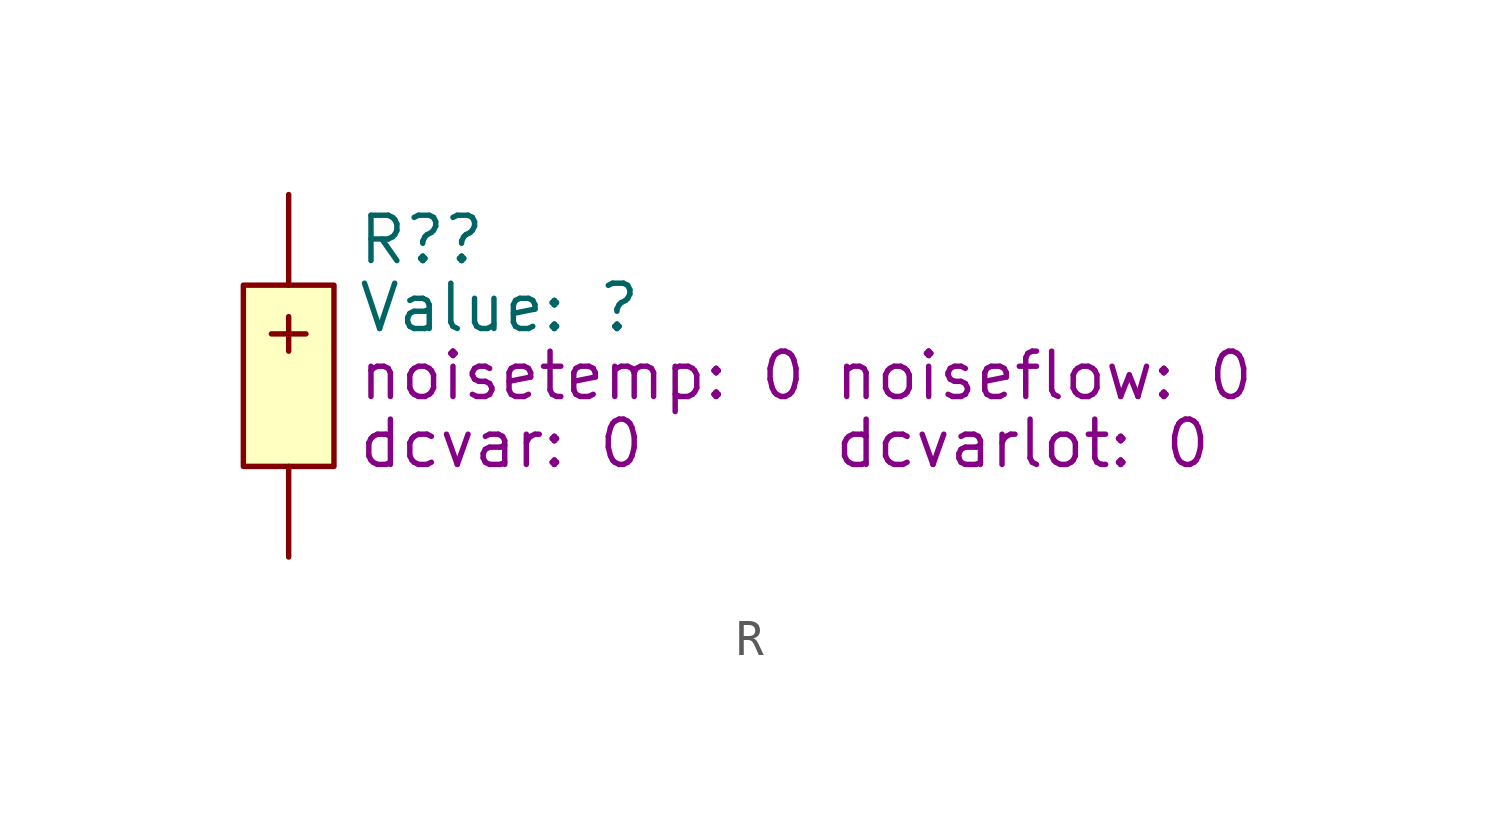
<source format=kicad_sym>
(kicad_symbol_lib
  (version 20241209)
  (generator "kicad_symbol_editor")
  (generator_version "9.0")
  (symbol "R"
    (pin_numbers
      (hide yes))
    (pin_names
      (offset 1.016)
      (hide yes))
    (property "Reference" "R?"
      (at 1.905 3.81 0)
      (effects (font (size 1.27 1.27)) (justify left)))
    (property "Value" "?"
      (at 1.905 1.905 0)
      (show_name)
      (effects (font (size 1.27 1.27)) (justify left)))
    (property "noisetemp" "0"
      (at 1.905 0 0)
      (show_name)
      (effects (font (size 1.27 1.27)) (justify left)))
    (property "noiseflow" "0"
      (at 15.24 0 0)
      (show_name)
      (effects (font (size 1.27 1.27)) (justify left)))
    (property "dcvar" "0"
      (at 1.905 -1.905 0)
      (show_name)
      (effects (font (size 1.27 1.27)) (justify left)))
    (property "dcvarlot" "0"
      (at 15.24 -1.905 0)
      (show_name)
      (effects (font (size 1.27 1.27)) (justify left)))
    (symbol "R_0_0"
      (text "+" (at 0 1.27 0) (effects (font (size 1.27 1.27)))))
    (symbol "R_1_0"
      (pin passive line (at 0 5.08 270) (length 2.54) (name "1" (effects (font (size 1.27 1.27)))) (number "1" (effects (font (size 1.27 1.27)))))
      (pin passive line (at 0 -5.08 90) (length 2.54) (name "2" (effects (font (size 1.27 1.27)))) (number "2" (effects (font (size 1.27 1.27))))))
    (symbol "R_1_1"
      (rectangle (start -1.27 2.54) (end 1.27 -2.54) (stroke (width 0) (type solid)) (fill (type background))))))
</source>
